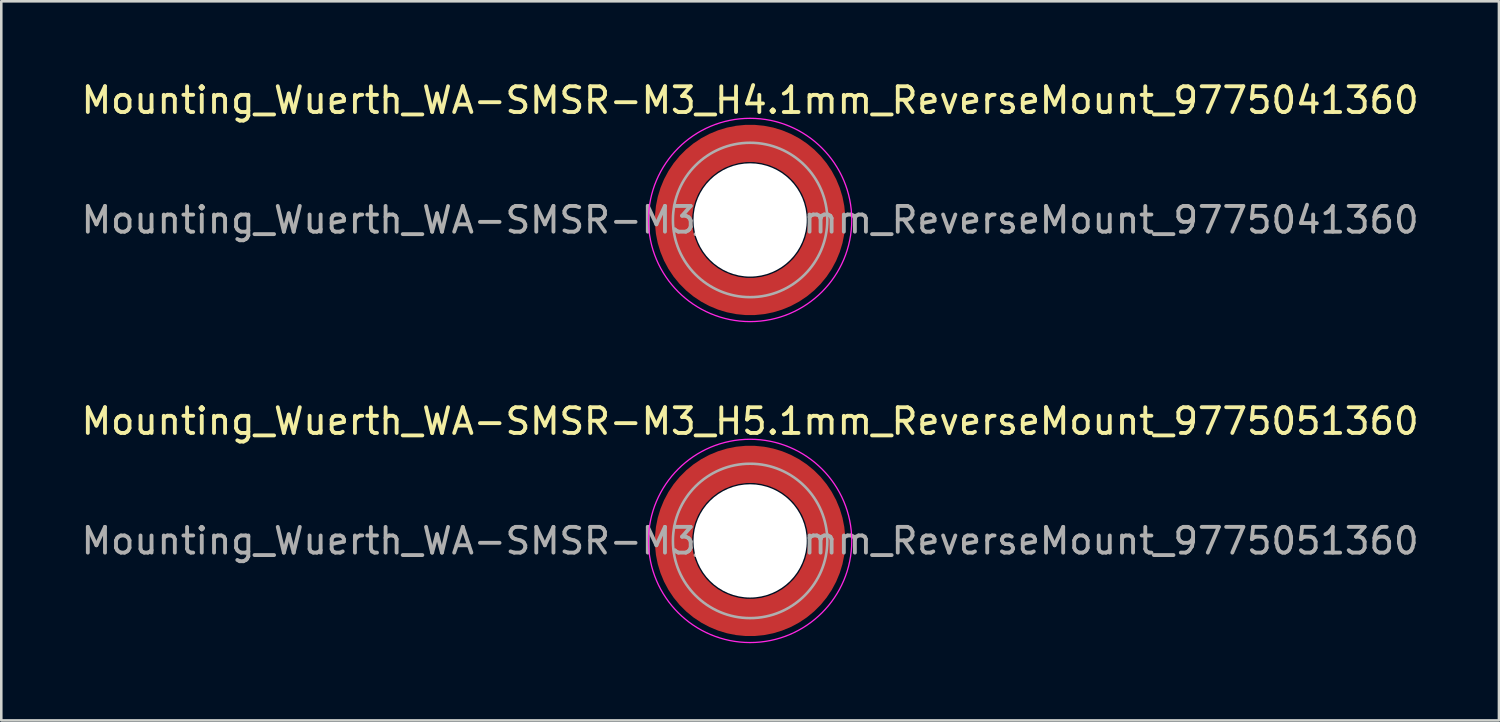
<source format=kicad_pcb>
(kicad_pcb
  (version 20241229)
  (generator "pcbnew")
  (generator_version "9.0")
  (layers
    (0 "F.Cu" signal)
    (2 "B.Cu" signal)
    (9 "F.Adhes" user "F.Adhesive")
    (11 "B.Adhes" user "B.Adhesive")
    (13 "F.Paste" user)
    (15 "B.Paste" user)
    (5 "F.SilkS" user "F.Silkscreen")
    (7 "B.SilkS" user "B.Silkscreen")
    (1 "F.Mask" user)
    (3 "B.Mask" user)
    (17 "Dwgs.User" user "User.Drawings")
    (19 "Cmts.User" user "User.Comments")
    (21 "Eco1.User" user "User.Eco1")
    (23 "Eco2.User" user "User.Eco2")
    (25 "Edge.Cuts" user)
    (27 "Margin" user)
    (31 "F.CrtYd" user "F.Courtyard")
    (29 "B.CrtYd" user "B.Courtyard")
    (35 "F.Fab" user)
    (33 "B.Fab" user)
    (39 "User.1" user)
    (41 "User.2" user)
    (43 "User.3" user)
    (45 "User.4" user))
  (footprint "Mounting_Wuerth_WA-SMSR-M3_H5.1mm_ReverseMount_9775051360"
    (layer "F.Cu")
    (at 26.101 17.971)
    (property "Reference" "Mounting_Wuerth_WA-SMSR-M3_H5.1mm_ReverseMount_9775051360" (at 0 -4.65 0) (layer "F.SilkS") (effects (font (size 1 1) (thickness 0.15))))
    (attr smd)
    (fp_circle (center 0 0) (end 3.95 0) (stroke (width 0.05) (type solid)) (fill no) (layer "F.CrtYd"))
    (fp_circle (center 0 0) (end 3 0) (stroke (width 0.1) (type solid)) (fill no) (layer "F.Fab"))
    (fp_text user "${REFERENCE}" (at 0 0 0) (layer "F.Fab") (effects (font (size 1 1) (thickness 0.15))))
    (pad "" smd custom (at -2.095 -2.095) (size 0.945 0.945) (layers "F.Paste") (options (anchor circle)) (primitives (gr_arc (start -0.24231 1.594804) (mid 0.404104 0.405534) (end 1.592827 -0.241886) (width 0.2)) (gr_arc (start -0.3398 1.594804) (mid 0.335987 0.338711) (end 1.591031 -0.339022) (width 0.2)) (gr_arc (start -0.437132 1.594804) (mid 0.268952 0.270807) (end 1.592231 -0.436623) (width 0.2)) (gr_arc (start -0.534324 1.594804) (mid 0.201345 0.203474) (end 1.591846 -0.53376) (width 0.2)) (gr_arc (start -0.631391 1.594804) (mid 0.134696 0.135183) (end 1.594126 -0.631267) (width 0.2)) (gr_arc (start -0.728345 1.594804) (mid 0.067234 0.067705) (end 1.594149 -0.728229) (width 0.2)) (gr_arc (start -0.825197 1.594804) (mid -0.001218 0.001219) (end 1.591408 -0.824614) (width 0.2)) (gr_arc (start -0.921958 1.594804) (mid -0.068952 -0.065985) (end 1.590665 -0.921269) (width 0.2)) (gr_arc (start -1.018637 1.594804) (mid -0.135972 -0.133906) (end 1.59192 -1.018172) (width 0.2)) (gr_arc (start -1.115239 1.594804) (mid -0.20428 -0.200537) (end 1.589574 -1.11442) (width 0.2)) (gr_arc (start -1.211773 1.594804) (mid -0.26993 -0.269828) (end 1.594662 -1.211752) (width 0.2)) (gr_arc (start -1.308244 1.594804) (mid -0.33911 -0.335587) (end 1.589875 -1.307516) (width 0.2)) (gr_arc (start -1.404657 1.594804) (mid -0.405633 -0.404004) (end 1.592524 -1.404331) (width 0.2)) (gr_arc (start -1.404657 1.594804) (mid -0.405633 -0.404004) (end 1.592524 -1.404331) (width 0.2)) (gr_line (start 1.595 -0.242) (end 1.595 -1.405) (width 0.2)) (gr_line (start -0.242 1.595) (end -1.405 1.595) (width 0.2))))
    (pad "" smd custom (at -2.095 2.095) (size 0.945 0.945) (layers "F.Paste") (options (anchor circle)) (primitives (gr_arc (start 1.594804 0.24231) (mid 0.405534 -0.404104) (end -0.241886 -1.592827) (width 0.2)) (gr_arc (start 1.594804 0.3398) (mid 0.338711 -0.335987) (end -0.339022 -1.591031) (width 0.2)) (gr_arc (start 1.594804 0.437132) (mid 0.270807 -0.268952) (end -0.436623 -1.592231) (width 0.2)) (gr_arc (start 1.594804 0.534324) (mid 0.203474 -0.201345) (end -0.53376 -1.591846) (width 0.2)) (gr_arc (start 1.594804 0.631391) (mid 0.135183 -0.134696) (end -0.631267 -1.594126) (width 0.2)) (gr_arc (start 1.594804 0.728345) (mid 0.067705 -0.067234) (end -0.728229 -1.594149) (width 0.2)) (gr_arc (start 1.594804 0.825197) (mid 0.001219 0.001218) (end -0.824614 -1.591408) (width 0.2)) (gr_arc (start 1.594804 0.921958) (mid -0.065985 0.068952) (end -0.921269 -1.590665) (width 0.2)) (gr_arc (start 1.594804 1.018637) (mid -0.133906 0.135972) (end -1.018172 -1.59192) (width 0.2)) (gr_arc (start 1.594804 1.115239) (mid -0.200537 0.20428) (end -1.11442 -1.589574) (width 0.2)) (gr_arc (start 1.594804 1.211773) (mid -0.269828 0.26993) (end -1.211752 -1.594662) (width 0.2)) (gr_arc (start 1.594804 1.308244) (mid -0.335587 0.33911) (end -1.307516 -1.589875) (width 0.2)) (gr_arc (start 1.594804 1.404657) (mid -0.404004 0.405633) (end -1.404331 -1.592524) (width 0.2)) (gr_arc (start 1.594804 1.404657) (mid -0.404004 0.405633) (end -1.404331 -1.592524) (width 0.2)) (gr_line (start -0.242 -1.595) (end -1.405 -1.595) (width 0.2)) (gr_line (start 1.595 0.242) (end 1.595 1.405) (width 0.2))))
    (pad "" np_thru_hole circle (at 0 0) (size 4.4 4.4) (drill 4.4) (layers "*.Cu" "*.Mask"))
    (pad "" smd custom (at 2.095 -2.095) (size 0.945 0.945) (layers "F.Paste") (options (anchor circle)) (primitives (gr_arc (start -1.594804 -0.24231) (mid -0.405534 0.404104) (end 0.241886 1.592827) (width 0.2)) (gr_arc (start -1.594804 -0.3398) (mid -0.338711 0.335987) (end 0.339022 1.591031) (width 0.2)) (gr_arc (start -1.594804 -0.437132) (mid -0.270807 0.268952) (end 0.436623 1.592231) (width 0.2)) (gr_arc (start -1.594804 -0.534324) (mid -0.203474 0.201345) (end 0.53376 1.591846) (width 0.2)) (gr_arc (start -1.594804 -0.631391) (mid -0.135183 0.134696) (end 0.631267 1.594126) (width 0.2)) (gr_arc (start -1.594804 -0.728345) (mid -0.067705 0.067234) (end 0.728229 1.594149) (width 0.2)) (gr_arc (start -1.594804 -0.825197) (mid -0.001219 -0.001218) (end 0.824614 1.591408) (width 0.2)) (gr_arc (start -1.594804 -0.921958) (mid 0.065985 -0.068952) (end 0.921269 1.590665) (width 0.2)) (gr_arc (start -1.594804 -1.018637) (mid 0.133906 -0.135972) (end 1.018172 1.59192) (width 0.2)) (gr_arc (start -1.594804 -1.115239) (mid 0.200537 -0.20428) (end 1.11442 1.589574) (width 0.2)) (gr_arc (start -1.594804 -1.211773) (mid 0.269828 -0.26993) (end 1.211752 1.594662) (width 0.2)) (gr_arc (start -1.594804 -1.308244) (mid 0.335587 -0.33911) (end 1.307516 1.589875) (width 0.2)) (gr_arc (start -1.594804 -1.404657) (mid 0.404004 -0.405633) (end 1.404331 1.592524) (width 0.2)) (gr_arc (start -1.594804 -1.404657) (mid 0.404004 -0.405633) (end 1.404331 1.592524) (width 0.2)) (gr_line (start 0.242 1.595) (end 1.405 1.595) (width 0.2)) (gr_line (start -1.595 -0.242) (end -1.595 -1.405) (width 0.2))))
    (pad "" smd custom (at 2.095 2.095) (size 0.945 0.945) (layers "F.Paste") (options (anchor circle)) (primitives (gr_arc (start 0.24231 -1.594804) (mid -0.404104 -0.405534) (end -1.592827 0.241886) (width 0.2)) (gr_arc (start 0.3398 -1.594804) (mid -0.335987 -0.338711) (end -1.591031 0.339022) (width 0.2)) (gr_arc (start 0.437132 -1.594804) (mid -0.268952 -0.270807) (end -1.592231 0.436623) (width 0.2)) (gr_arc (start 0.534324 -1.594804) (mid -0.201345 -0.203474) (end -1.591846 0.53376) (width 0.2)) (gr_arc (start 0.631391 -1.594804) (mid -0.134696 -0.135183) (end -1.594126 0.631267) (width 0.2)) (gr_arc (start 0.728345 -1.594804) (mid -0.067234 -0.067705) (end -1.594149 0.728229) (width 0.2)) (gr_arc (start 0.825197 -1.594804) (mid 0.001218 -0.001219) (end -1.591408 0.824614) (width 0.2)) (gr_arc (start 0.921958 -1.594804) (mid 0.068952 0.065985) (end -1.590665 0.921269) (width 0.2)) (gr_arc (start 1.018637 -1.594804) (mid 0.135972 0.133906) (end -1.59192 1.018172) (width 0.2)) (gr_arc (start 1.115239 -1.594804) (mid 0.20428 0.200537) (end -1.589574 1.11442) (width 0.2)) (gr_arc (start 1.211773 -1.594804) (mid 0.26993 0.269828) (end -1.594662 1.211752) (width 0.2)) (gr_arc (start 1.308244 -1.594804) (mid 0.33911 0.335587) (end -1.589875 1.307516) (width 0.2)) (gr_arc (start 1.404657 -1.594804) (mid 0.405633 0.404004) (end -1.592524 1.404331) (width 0.2)) (gr_arc (start 1.404657 -1.594804) (mid 0.405633 0.404004) (end -1.592524 1.404331) (width 0.2)) (gr_line (start -1.595 0.242) (end -1.595 1.405) (width 0.2)) (gr_line (start 0.242 -1.595) (end 1.405 -1.595) (width 0.2))))
    (pad "1" smd circle (at -2.975 0) (size 1.05 1.05) (layers "F.Cu"))
    (pad "1" smd circle (at 0 -2.975) (size 1.05 1.05) (layers "F.Cu"))
    (pad "1" smd circle (at 0 2.975) (size 1.05 1.05) (layers "F.Cu"))
    (pad "1" smd custom (at 2.975 0) (size 1.05 1.05) (layers "F.Cu" "F.Mask") (options (anchor circle)) (primitives (gr_circle (center -2.975 0) (end 0 0) (width 1.45) (fill no)))))
  (footprint "Mounting_Wuerth_WA-SMSR-M3_H4.1mm_ReverseMount_9775041360"
    (layer "F.Cu")
    (at 26.101 5.498)
    (property "Reference" "Mounting_Wuerth_WA-SMSR-M3_H4.1mm_ReverseMount_9775041360" (at 0 -4.65 0) (layer "F.SilkS") (effects (font (size 1 1) (thickness 0.15))))
    (attr smd)
    (fp_circle (center 0 0) (end 3.95 0) (stroke (width 0.05) (type solid)) (fill no) (layer "F.CrtYd"))
    (fp_circle (center 0 0) (end 3 0) (stroke (width 0.1) (type solid)) (fill no) (layer "F.Fab"))
    (fp_text user "${REFERENCE}" (at 0 0 0) (layer "F.Fab") (effects (font (size 1 1) (thickness 0.15))))
    (pad "" smd custom (at -2.095 -2.095) (size 0.945 0.945) (layers "F.Paste") (options (anchor circle)) (primitives (gr_arc (start -0.24231 1.594804) (mid 0.404104 0.405534) (end 1.592827 -0.241886) (width 0.2)) (gr_arc (start -0.3398 1.594804) (mid 0.335987 0.338711) (end 1.591031 -0.339022) (width 0.2)) (gr_arc (start -0.437132 1.594804) (mid 0.268952 0.270807) (end 1.592231 -0.436623) (width 0.2)) (gr_arc (start -0.534324 1.594804) (mid 0.201345 0.203474) (end 1.591846 -0.53376) (width 0.2)) (gr_arc (start -0.631391 1.594804) (mid 0.134696 0.135183) (end 1.594126 -0.631267) (width 0.2)) (gr_arc (start -0.728345 1.594804) (mid 0.067234 0.067705) (end 1.594149 -0.728229) (width 0.2)) (gr_arc (start -0.825197 1.594804) (mid -0.001218 0.001219) (end 1.591408 -0.824614) (width 0.2)) (gr_arc (start -0.921958 1.594804) (mid -0.068952 -0.065985) (end 1.590665 -0.921269) (width 0.2)) (gr_arc (start -1.018637 1.594804) (mid -0.135972 -0.133906) (end 1.59192 -1.018172) (width 0.2)) (gr_arc (start -1.115239 1.594804) (mid -0.20428 -0.200537) (end 1.589574 -1.11442) (width 0.2)) (gr_arc (start -1.211773 1.594804) (mid -0.26993 -0.269828) (end 1.594662 -1.211752) (width 0.2)) (gr_arc (start -1.308244 1.594804) (mid -0.33911 -0.335587) (end 1.589875 -1.307516) (width 0.2)) (gr_arc (start -1.404657 1.594804) (mid -0.405633 -0.404004) (end 1.592524 -1.404331) (width 0.2)) (gr_arc (start -1.404657 1.594804) (mid -0.405633 -0.404004) (end 1.592524 -1.404331) (width 0.2)) (gr_line (start 1.595 -0.242) (end 1.595 -1.405) (width 0.2)) (gr_line (start -0.242 1.595) (end -1.405 1.595) (width 0.2))))
    (pad "" smd custom (at -2.095 2.095) (size 0.945 0.945) (layers "F.Paste") (options (anchor circle)) (primitives (gr_arc (start 1.594804 0.24231) (mid 0.405534 -0.404104) (end -0.241886 -1.592827) (width 0.2)) (gr_arc (start 1.594804 0.3398) (mid 0.338711 -0.335987) (end -0.339022 -1.591031) (width 0.2)) (gr_arc (start 1.594804 0.437132) (mid 0.270807 -0.268952) (end -0.436623 -1.592231) (width 0.2)) (gr_arc (start 1.594804 0.534324) (mid 0.203474 -0.201345) (end -0.53376 -1.591846) (width 0.2)) (gr_arc (start 1.594804 0.631391) (mid 0.135183 -0.134696) (end -0.631267 -1.594126) (width 0.2)) (gr_arc (start 1.594804 0.728345) (mid 0.067705 -0.067234) (end -0.728229 -1.594149) (width 0.2)) (gr_arc (start 1.594804 0.825197) (mid 0.001219 0.001218) (end -0.824614 -1.591408) (width 0.2)) (gr_arc (start 1.594804 0.921958) (mid -0.065985 0.068952) (end -0.921269 -1.590665) (width 0.2)) (gr_arc (start 1.594804 1.018637) (mid -0.133906 0.135972) (end -1.018172 -1.59192) (width 0.2)) (gr_arc (start 1.594804 1.115239) (mid -0.200537 0.20428) (end -1.11442 -1.589574) (width 0.2)) (gr_arc (start 1.594804 1.211773) (mid -0.269828 0.26993) (end -1.211752 -1.594662) (width 0.2)) (gr_arc (start 1.594804 1.308244) (mid -0.335587 0.33911) (end -1.307516 -1.589875) (width 0.2)) (gr_arc (start 1.594804 1.404657) (mid -0.404004 0.405633) (end -1.404331 -1.592524) (width 0.2)) (gr_arc (start 1.594804 1.404657) (mid -0.404004 0.405633) (end -1.404331 -1.592524) (width 0.2)) (gr_line (start -0.242 -1.595) (end -1.405 -1.595) (width 0.2)) (gr_line (start 1.595 0.242) (end 1.595 1.405) (width 0.2))))
    (pad "" np_thru_hole circle (at 0 0) (size 4.4 4.4) (drill 4.4) (layers "*.Cu" "*.Mask"))
    (pad "" smd custom (at 2.095 -2.095) (size 0.945 0.945) (layers "F.Paste") (options (anchor circle)) (primitives (gr_arc (start -1.594804 -0.24231) (mid -0.405534 0.404104) (end 0.241886 1.592827) (width 0.2)) (gr_arc (start -1.594804 -0.3398) (mid -0.338711 0.335987) (end 0.339022 1.591031) (width 0.2)) (gr_arc (start -1.594804 -0.437132) (mid -0.270807 0.268952) (end 0.436623 1.592231) (width 0.2)) (gr_arc (start -1.594804 -0.534324) (mid -0.203474 0.201345) (end 0.53376 1.591846) (width 0.2)) (gr_arc (start -1.594804 -0.631391) (mid -0.135183 0.134696) (end 0.631267 1.594126) (width 0.2)) (gr_arc (start -1.594804 -0.728345) (mid -0.067705 0.067234) (end 0.728229 1.594149) (width 0.2)) (gr_arc (start -1.594804 -0.825197) (mid -0.001219 -0.001218) (end 0.824614 1.591408) (width 0.2)) (gr_arc (start -1.594804 -0.921958) (mid 0.065985 -0.068952) (end 0.921269 1.590665) (width 0.2)) (gr_arc (start -1.594804 -1.018637) (mid 0.133906 -0.135972) (end 1.018172 1.59192) (width 0.2)) (gr_arc (start -1.594804 -1.115239) (mid 0.200537 -0.20428) (end 1.11442 1.589574) (width 0.2)) (gr_arc (start -1.594804 -1.211773) (mid 0.269828 -0.26993) (end 1.211752 1.594662) (width 0.2)) (gr_arc (start -1.594804 -1.308244) (mid 0.335587 -0.33911) (end 1.307516 1.589875) (width 0.2)) (gr_arc (start -1.594804 -1.404657) (mid 0.404004 -0.405633) (end 1.404331 1.592524) (width 0.2)) (gr_arc (start -1.594804 -1.404657) (mid 0.404004 -0.405633) (end 1.404331 1.592524) (width 0.2)) (gr_line (start 0.242 1.595) (end 1.405 1.595) (width 0.2)) (gr_line (start -1.595 -0.242) (end -1.595 -1.405) (width 0.2))))
    (pad "" smd custom (at 2.095 2.095) (size 0.945 0.945) (layers "F.Paste") (options (anchor circle)) (primitives (gr_arc (start 0.24231 -1.594804) (mid -0.404104 -0.405534) (end -1.592827 0.241886) (width 0.2)) (gr_arc (start 0.3398 -1.594804) (mid -0.335987 -0.338711) (end -1.591031 0.339022) (width 0.2)) (gr_arc (start 0.437132 -1.594804) (mid -0.268952 -0.270807) (end -1.592231 0.436623) (width 0.2)) (gr_arc (start 0.534324 -1.594804) (mid -0.201345 -0.203474) (end -1.591846 0.53376) (width 0.2)) (gr_arc (start 0.631391 -1.594804) (mid -0.134696 -0.135183) (end -1.594126 0.631267) (width 0.2)) (gr_arc (start 0.728345 -1.594804) (mid -0.067234 -0.067705) (end -1.594149 0.728229) (width 0.2)) (gr_arc (start 0.825197 -1.594804) (mid 0.001218 -0.001219) (end -1.591408 0.824614) (width 0.2)) (gr_arc (start 0.921958 -1.594804) (mid 0.068952 0.065985) (end -1.590665 0.921269) (width 0.2)) (gr_arc (start 1.018637 -1.594804) (mid 0.135972 0.133906) (end -1.59192 1.018172) (width 0.2)) (gr_arc (start 1.115239 -1.594804) (mid 0.20428 0.200537) (end -1.589574 1.11442) (width 0.2)) (gr_arc (start 1.211773 -1.594804) (mid 0.26993 0.269828) (end -1.594662 1.211752) (width 0.2)) (gr_arc (start 1.308244 -1.594804) (mid 0.33911 0.335587) (end -1.589875 1.307516) (width 0.2)) (gr_arc (start 1.404657 -1.594804) (mid 0.405633 0.404004) (end -1.592524 1.404331) (width 0.2)) (gr_arc (start 1.404657 -1.594804) (mid 0.405633 0.404004) (end -1.592524 1.404331) (width 0.2)) (gr_line (start -1.595 0.242) (end -1.595 1.405) (width 0.2)) (gr_line (start 0.242 -1.595) (end 1.405 -1.595) (width 0.2))))
    (pad "1" smd circle (at -2.975 0) (size 1.05 1.05) (layers "F.Cu"))
    (pad "1" smd circle (at 0 -2.975) (size 1.05 1.05) (layers "F.Cu"))
    (pad "1" smd circle (at 0 2.975) (size 1.05 1.05) (layers "F.Cu"))
    (pad "1" smd custom (at 2.975 0) (size 1.05 1.05) (layers "F.Cu" "F.Mask") (options (anchor circle)) (primitives (gr_circle (center -2.975 0) (end 0 0) (width 1.45) (fill no)))))
  (gr_rect
    (start -3 -3)
    (end 55.202 24.947)
    (stroke (width 0.1) (type default))
    (fill no)
    (layer "Edge.Cuts")))
</source>
